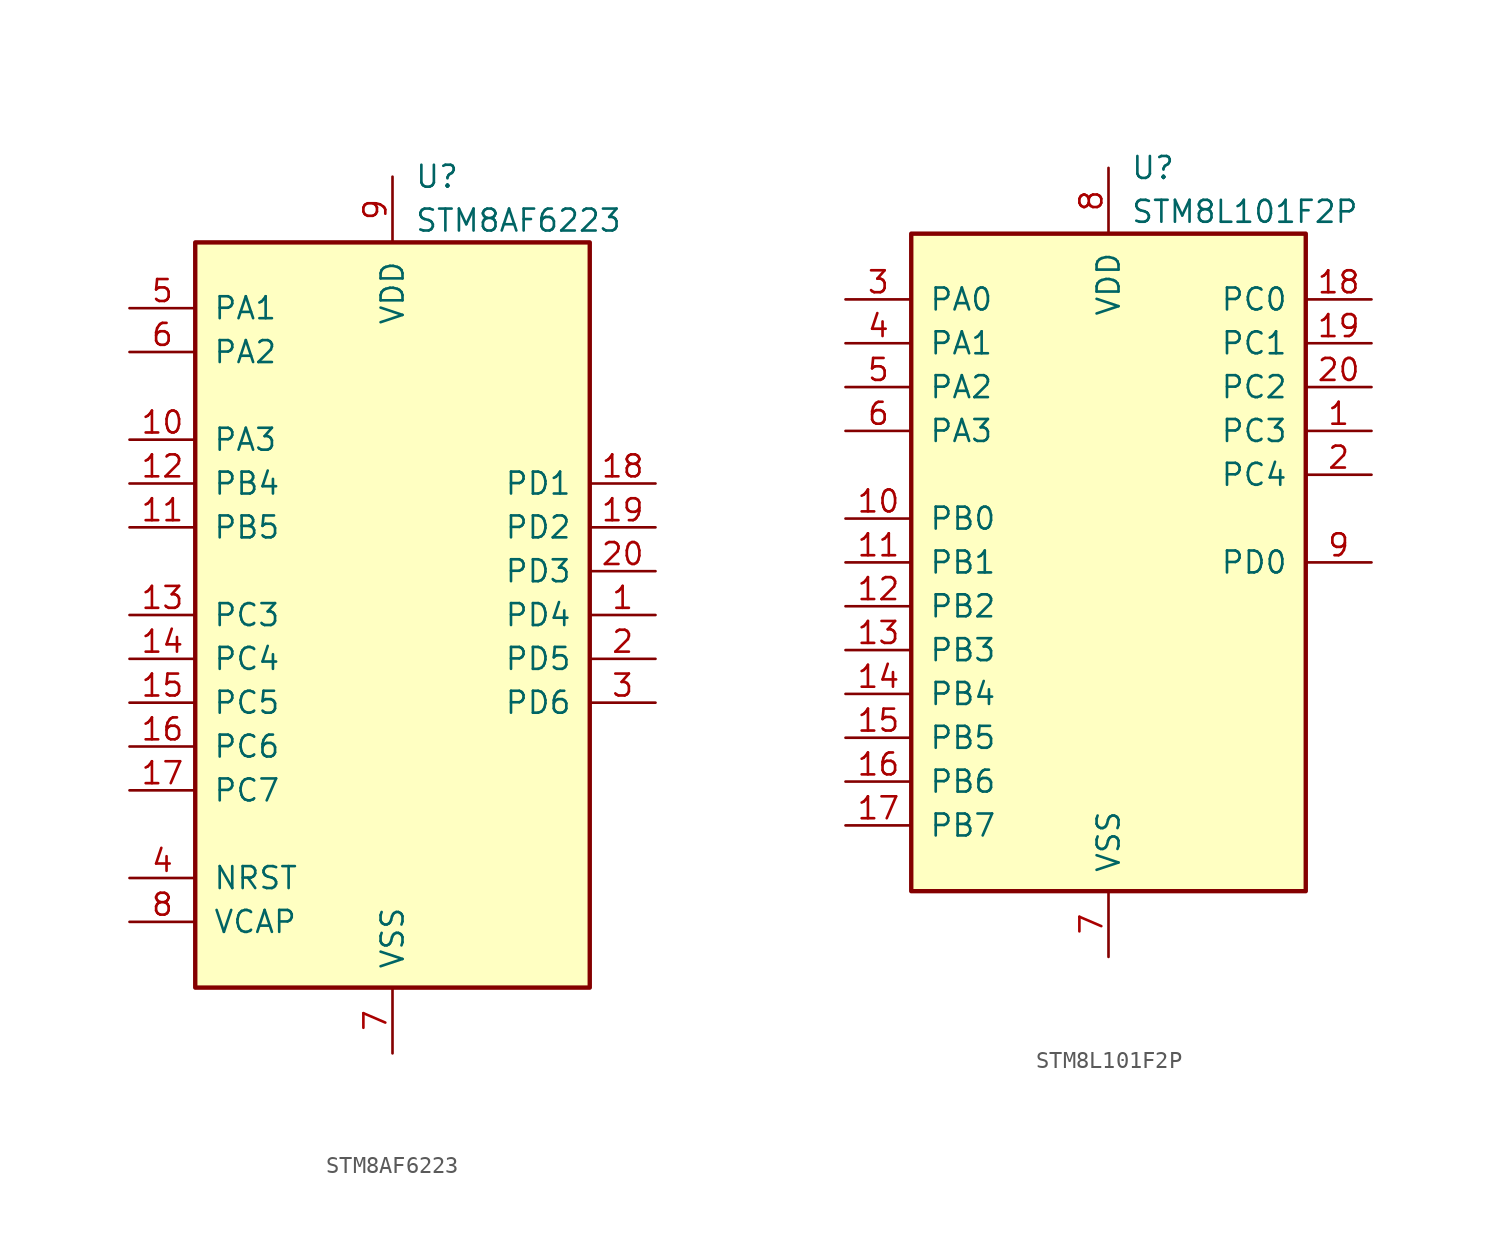
<source format=kicad_sym>
(kicad_symbol_lib
  (version 20201005)
  (generator kicad_symbol_editor)
  (symbol "STM8AF6223"
    (pin_names
      (offset 1.016))
    (property "Reference" "U"
      (at 1.27 25.4 0)
      (effects (font (size 1.27 1.27)) (justify left)))
    (property "Value" "STM8AF6223"
      (at 1.27 22.86 0)
      (effects (font (size 1.27 1.27)) (justify left)))
    (symbol "STM8AF6223_0_1"
      (rectangle (start -11.43 21.59) (end 11.43 -21.59) (stroke (width 0.254)) (fill (type background))))
    (symbol "STM8AF6223_1_1"
      (pin bidirectional line (at 15.24 0 180) (length 3.81) (name "PD4" (effects (font (size 1.27 1.27)))) (number "1" (effects (font (size 1.27 1.27)))))
      (pin bidirectional line (at 15.24 -2.54 180) (length 3.81) (name "PD5" (effects (font (size 1.27 1.27)))) (number "2" (effects (font (size 1.27 1.27)))))
      (pin bidirectional line (at 15.24 -5.08 180) (length 3.81) (name "PD6" (effects (font (size 1.27 1.27)))) (number "3" (effects (font (size 1.27 1.27)))))
      (pin input line (at -15.24 -15.24 0) (length 3.81) (name "NRST" (effects (font (size 1.27 1.27)))) (number "4" (effects (font (size 1.27 1.27)))))
      (pin bidirectional line (at -15.24 17.78 0) (length 3.81) (name "PA1" (effects (font (size 1.27 1.27)))) (number "5" (effects (font (size 1.27 1.27)))))
      (pin bidirectional line (at -15.24 15.24 0) (length 3.81) (name "PA2" (effects (font (size 1.27 1.27)))) (number "6" (effects (font (size 1.27 1.27)))))
      (pin power_in line (at 0 -25.4 90) (length 3.81) (name "VSS" (effects (font (size 1.27 1.27)))) (number "7" (effects (font (size 1.27 1.27)))))
      (pin input line (at -15.24 -17.78 0) (length 3.81) (name "VCAP" (effects (font (size 1.27 1.27)))) (number "8" (effects (font (size 1.27 1.27)))))
      (pin power_in line (at 0 25.4 270) (length 3.81) (name "VDD" (effects (font (size 1.27 1.27)))) (number "9" (effects (font (size 1.27 1.27)))))
      (pin bidirectional line (at -15.24 10.16 0) (length 3.81) (name "PA3" (effects (font (size 1.27 1.27)))) (number "10" (effects (font (size 1.27 1.27)))))
      (pin bidirectional line (at 15.24 2.54 180) (length 3.81) (name "PD3" (effects (font (size 1.27 1.27)))) (number "20" (effects (font (size 1.27 1.27)))))
      (pin bidirectional line (at -15.24 5.08 0) (length 3.81) (name "PB5" (effects (font (size 1.27 1.27)))) (number "11" (effects (font (size 1.27 1.27)))))
      (pin bidirectional line (at -15.24 7.62 0) (length 3.81) (name "PB4" (effects (font (size 1.27 1.27)))) (number "12" (effects (font (size 1.27 1.27)))))
      (pin bidirectional line (at -15.24 0 0) (length 3.81) (name "PC3" (effects (font (size 1.27 1.27)))) (number "13" (effects (font (size 1.27 1.27)))))
      (pin bidirectional line (at -15.24 -2.54 0) (length 3.81) (name "PC4" (effects (font (size 1.27 1.27)))) (number "14" (effects (font (size 1.27 1.27)))))
      (pin bidirectional line (at -15.24 -5.08 0) (length 3.81) (name "PC5" (effects (font (size 1.27 1.27)))) (number "15" (effects (font (size 1.27 1.27)))))
      (pin bidirectional line (at -15.24 -7.62 0) (length 3.81) (name "PC6" (effects (font (size 1.27 1.27)))) (number "16" (effects (font (size 1.27 1.27)))))
      (pin bidirectional line (at -15.24 -10.16 0) (length 3.81) (name "PC7" (effects (font (size 1.27 1.27)))) (number "17" (effects (font (size 1.27 1.27)))))
      (pin bidirectional line (at 15.24 7.62 180) (length 3.81) (name "PD1" (effects (font (size 1.27 1.27)))) (number "18" (effects (font (size 1.27 1.27)))))
      (pin bidirectional line (at 15.24 5.08 180) (length 3.81) (name "PD2" (effects (font (size 1.27 1.27)))) (number "19" (effects (font (size 1.27 1.27)))))))
  (symbol "STM8L101F2P"
    (pin_names
      (offset 1.016))
    (property "Reference" "U"
      (at 1.27 22.86 0)
      (effects (font (size 1.27 1.27)) (justify left)))
    (property "Value" "STM8L101F2P"
      (at 1.27 20.32 0)
      (effects (font (size 1.27 1.27)) (justify left)))
    (symbol "STM8L101F2P_0_1"
      (rectangle (start -11.43 19.05) (end 11.43 -19.05) (stroke (width 0.254)) (fill (type background))))
    (symbol "STM8L101F2P_1_1"
      (pin bidirectional line (at 15.24 7.62 180) (length 3.81) (name "PC3" (effects (font (size 1.27 1.27)))) (number "1" (effects (font (size 1.27 1.27)))))
      (pin bidirectional line (at 15.24 5.08 180) (length 3.81) (name "PC4" (effects (font (size 1.27 1.27)))) (number "2" (effects (font (size 1.27 1.27)))))
      (pin power_in line (at -15.24 15.24 0) (length 3.81) (name "PA0" (effects (font (size 1.27 1.27)))) (number "3" (effects (font (size 1.27 1.27)))))
      (pin bidirectional line (at -15.24 12.7 0) (length 3.81) (name "PA1" (effects (font (size 1.27 1.27)))) (number "4" (effects (font (size 1.27 1.27)))))
      (pin bidirectional line (at -15.24 10.16 0) (length 3.81) (name "PA2" (effects (font (size 1.27 1.27)))) (number "5" (effects (font (size 1.27 1.27)))))
      (pin bidirectional line (at -15.24 7.62 0) (length 3.81) (name "PA3" (effects (font (size 1.27 1.27)))) (number "6" (effects (font (size 1.27 1.27)))))
      (pin power_in line (at 0 -22.86 90) (length 3.81) (name "VSS" (effects (font (size 1.27 1.27)))) (number "7" (effects (font (size 1.27 1.27)))))
      (pin power_in line (at 0 22.86 270) (length 3.81) (name "VDD" (effects (font (size 1.27 1.27)))) (number "8" (effects (font (size 1.27 1.27)))))
      (pin bidirectional line (at 15.24 0 180) (length 3.81) (name "PD0" (effects (font (size 1.27 1.27)))) (number "9" (effects (font (size 1.27 1.27)))))
      (pin bidirectional line (at -15.24 2.54 0) (length 3.81) (name "PB0" (effects (font (size 1.27 1.27)))) (number "10" (effects (font (size 1.27 1.27)))))
      (pin bidirectional line (at 15.24 10.16 180) (length 3.81) (name "PC2" (effects (font (size 1.27 1.27)))) (number "20" (effects (font (size 1.27 1.27)))))
      (pin bidirectional line (at -15.24 0 0) (length 3.81) (name "PB1" (effects (font (size 1.27 1.27)))) (number "11" (effects (font (size 1.27 1.27)))))
      (pin bidirectional line (at -15.24 -2.54 0) (length 3.81) (name "PB2" (effects (font (size 1.27 1.27)))) (number "12" (effects (font (size 1.27 1.27)))))
      (pin bidirectional line (at -15.24 -5.08 0) (length 3.81) (name "PB3" (effects (font (size 1.27 1.27)))) (number "13" (effects (font (size 1.27 1.27)))))
      (pin bidirectional line (at -15.24 -7.62 0) (length 3.81) (name "PB4" (effects (font (size 1.27 1.27)))) (number "14" (effects (font (size 1.27 1.27)))))
      (pin bidirectional line (at -15.24 -10.16 0) (length 3.81) (name "PB5" (effects (font (size 1.27 1.27)))) (number "15" (effects (font (size 1.27 1.27)))))
      (pin bidirectional line (at -15.24 -12.7 0) (length 3.81) (name "PB6" (effects (font (size 1.27 1.27)))) (number "16" (effects (font (size 1.27 1.27)))))
      (pin bidirectional line (at -15.24 -15.24 0) (length 3.81) (name "PB7" (effects (font (size 1.27 1.27)))) (number "17" (effects (font (size 1.27 1.27)))))
      (pin bidirectional line (at 15.24 15.24 180) (length 3.81) (name "PC0" (effects (font (size 1.27 1.27)))) (number "18" (effects (font (size 1.27 1.27)))))
      (pin bidirectional line (at 15.24 12.7 180) (length 3.81) (name "PC1" (effects (font (size 1.27 1.27)))) (number "19" (effects (font (size 1.27 1.27))))))))
</source>
